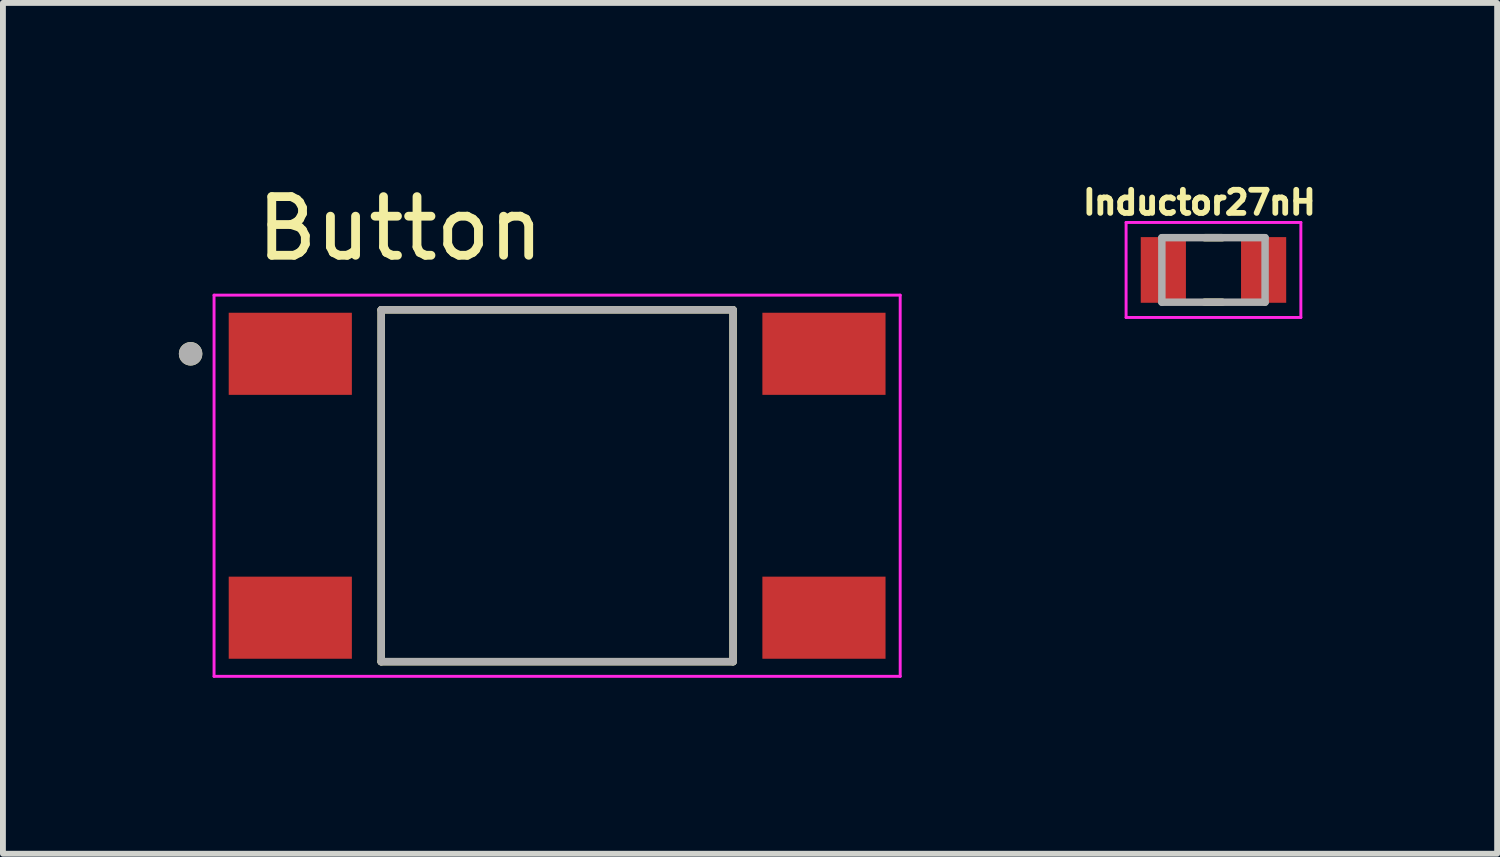
<source format=kicad_pcb>
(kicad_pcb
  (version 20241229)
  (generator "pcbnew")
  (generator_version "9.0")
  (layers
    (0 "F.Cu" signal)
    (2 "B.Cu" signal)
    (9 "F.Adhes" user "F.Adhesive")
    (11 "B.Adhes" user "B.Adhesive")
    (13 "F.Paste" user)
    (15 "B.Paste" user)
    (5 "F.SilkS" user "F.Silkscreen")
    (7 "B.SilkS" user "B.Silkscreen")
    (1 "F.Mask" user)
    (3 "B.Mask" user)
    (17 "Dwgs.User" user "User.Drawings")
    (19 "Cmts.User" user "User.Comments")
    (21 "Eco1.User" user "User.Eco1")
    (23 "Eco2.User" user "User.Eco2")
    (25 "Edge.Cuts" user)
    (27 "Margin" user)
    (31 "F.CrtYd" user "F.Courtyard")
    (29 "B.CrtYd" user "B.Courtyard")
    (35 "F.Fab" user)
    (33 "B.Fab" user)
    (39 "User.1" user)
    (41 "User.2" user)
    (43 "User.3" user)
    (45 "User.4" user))
  (footprint "Button"
    (layer "F.Cu")
    (at 6.45 5.233)
    (property "Reference" "Button" (at -2.675 -4.385 0) (layer "F.SilkS") (effects (font (size 1 1) (thickness 0.15))))
    (attr smd)
    (fp_line (start -3 -3) (end -3 3) (stroke (width 0.127) (type solid)) (layer "F.SilkS"))
    (fp_line (start -3 3) (end 3 3) (stroke (width 0.127) (type solid)) (layer "F.SilkS"))
    (fp_line (start 3 -3) (end -3 -3) (stroke (width 0.127) (type solid)) (layer "F.SilkS"))
    (fp_line (start 3 3) (end 3 -3) (stroke (width 0.127) (type solid)) (layer "F.SilkS"))
    (fp_circle (center -6.25 -2.25) (end -6.15 -2.25) (stroke (width 0.2) (type solid)) (fill no) (layer "F.SilkS"))
    (fp_line (start -5.85 -3.25) (end -5.85 3.25) (stroke (width 0.05) (type solid)) (layer "F.CrtYd"))
    (fp_line (start -5.85 3.25) (end 5.85 3.25) (stroke (width 0.05) (type solid)) (layer "F.CrtYd"))
    (fp_line (start 5.85 -3.25) (end -5.85 -3.25) (stroke (width 0.05) (type solid)) (layer "F.CrtYd"))
    (fp_line (start 5.85 3.25) (end 5.85 -3.25) (stroke (width 0.05) (type solid)) (layer "F.CrtYd"))
    (fp_line (start -3 -3) (end -3 3) (stroke (width 0.127) (type solid)) (layer "F.Fab"))
    (fp_line (start -3 3) (end 3 3) (stroke (width 0.127) (type solid)) (layer "F.Fab"))
    (fp_line (start 3 -3) (end -3 -3) (stroke (width 0.127) (type solid)) (layer "F.Fab"))
    (fp_line (start 3 3) (end 3 -3) (stroke (width 0.127) (type solid)) (layer "F.Fab"))
    (fp_circle (center -6.25 -2.25) (end -6.15 -2.25) (stroke (width 0.2) (type solid)) (fill no) (layer "F.Fab"))
    (pad "1" smd rect (at -4.55 -2.25) (size 2.1 1.4) (layers "F.Cu" "F.Mask" "F.Paste"))
    (pad "2" smd rect (at -4.55 2.25) (size 2.1 1.4) (layers "F.Cu" "F.Mask" "F.Paste"))
    (pad "3" smd rect (at 4.55 -2.25) (size 2.1 1.4) (layers "F.Cu" "F.Mask" "F.Paste"))
    (pad "4" smd rect (at 4.55 2.25) (size 2.1 1.4) (layers "F.Cu" "F.Mask" "F.Paste")))
  (footprint "Inductor27nH"
    (layer "F.Cu")
    (at 17.642 1.553)
    (property "Reference" "Inductor27nH" (at -0.24 -1.15 0) (layer "F.SilkS") (effects (font (size 0.394 0.394) (thickness 0.15))))
    (attr smd)
    (fp_line (start -0.15 -0.55) (end 0.15 -0.55) (stroke (width 0.127) (type solid)) (layer "F.SilkS"))
    (fp_line (start -0.15 0.55) (end 0.15 0.55) (stroke (width 0.127) (type solid)) (layer "F.SilkS"))
    (fp_line (start -1.49 -0.81) (end 1.49 -0.81) (stroke (width 0.05) (type solid)) (layer "F.CrtYd"))
    (fp_line (start -1.49 0.81) (end -1.49 -0.81) (stroke (width 0.05) (type solid)) (layer "F.CrtYd"))
    (fp_line (start -1.49 0.81) (end 1.49 0.81) (stroke (width 0.05) (type solid)) (layer "F.CrtYd"))
    (fp_line (start 1.49 0.81) (end 1.49 -0.81) (stroke (width 0.05) (type solid)) (layer "F.CrtYd"))
    (fp_line (start -0.88 0.55) (end -0.88 -0.55) (stroke (width 0.127) (type solid)) (layer "F.Fab"))
    (fp_line (start 0.88 -0.55) (end -0.88 -0.55) (stroke (width 0.127) (type solid)) (layer "F.Fab"))
    (fp_line (start 0.88 0.55) (end -0.88 0.55) (stroke (width 0.127) (type solid)) (layer "F.Fab"))
    (fp_line (start 0.88 0.55) (end 0.88 -0.55) (stroke (width 0.127) (type solid)) (layer "F.Fab"))
    (pad "1" smd rect (at -0.855 0) (size 0.77 1.12) (layers "F.Cu" "F.Mask" "F.Paste"))
    (pad "2" smd rect (at 0.855 0) (size 0.77 1.12) (layers "F.Cu" "F.Mask" "F.Paste")))
  (gr_rect
    (start -3 -3)
    (end 22.479 11.508)
    (stroke (width 0.1) (type default))
    (fill no)
    (layer "Edge.Cuts")))
</source>
